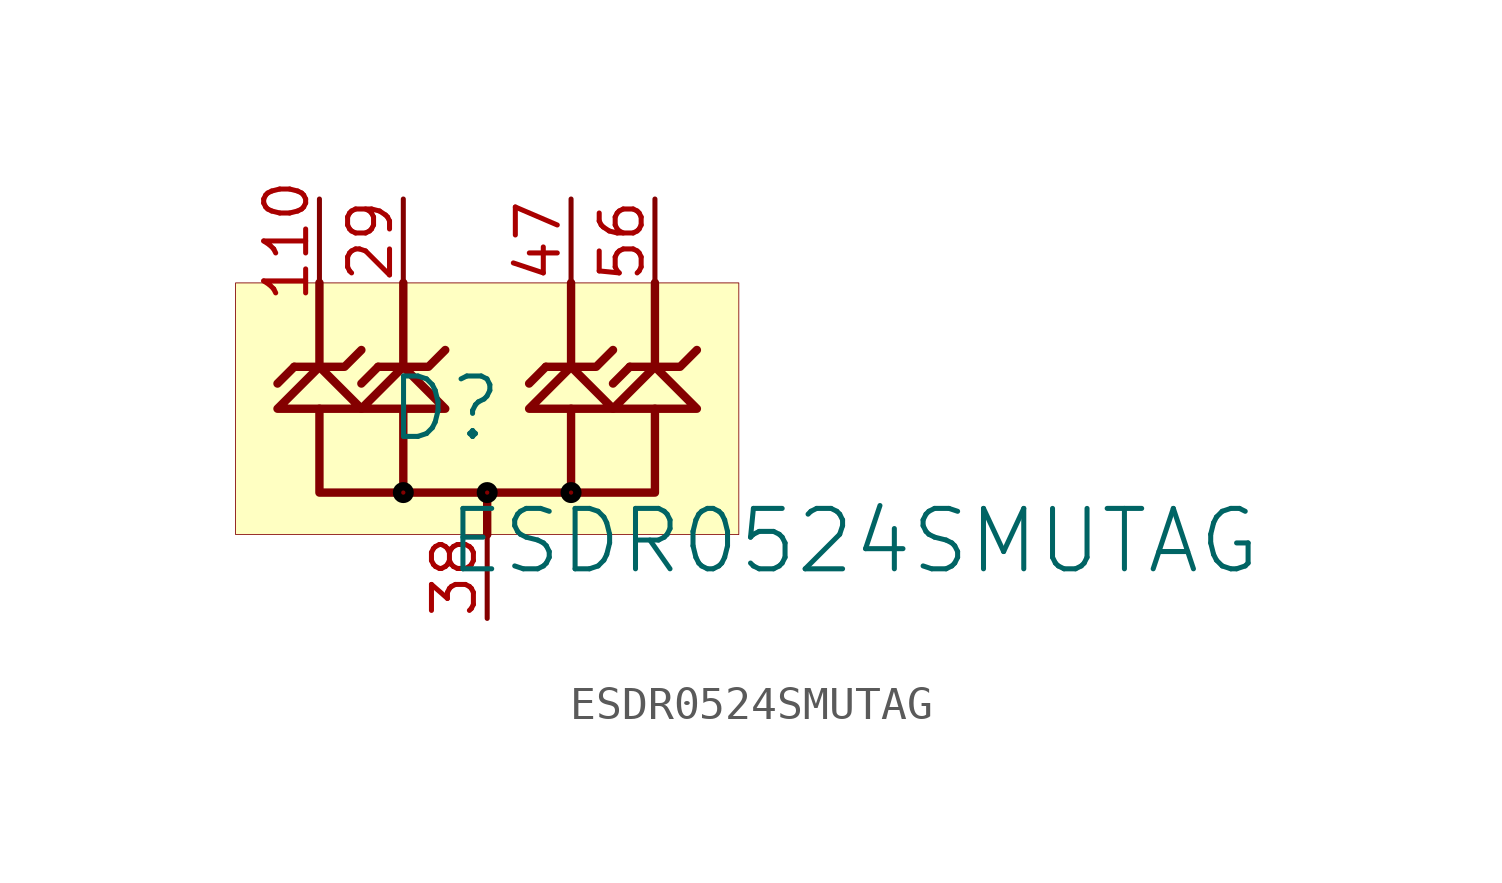
<source format=kicad_sym>
(kicad_symbol_lib
  (version 20231120)
  (generator "kicad_symbol_editor")
  (generator_version "8.0")
  (symbol "ESDR0524SMUTAG"
    (property "Reference" "D"
      (at -1.27 1.27 0)
      (effects (font (size 1.829 1.829))))
    (property "Value" "ESDR0524SMUTAG"
      (at -1.27 -3.81 0)
      (effects (font (size 1.829 1.829)) (justify left bottom)))
    (symbol "ESDR0524SMUTAG_1_0"
      (circle (center -2.54 -1.27) (radius 0.191) (stroke (width 0.254) (type solid) (color 0 0 0 1)) (fill (type none)))
      (circle (center 0 -1.27) (radius 0.191) (stroke (width 0.254) (type solid) (color 0 0 0 1)) (fill (type none)))
      (polyline (pts (xy -5.842 2.54) (xy -6.35 2.032)) (stroke (width 0.254) (type solid)) (fill (type none)))
      (polyline (pts (xy -5.08 2.54) (xy -5.08 5.08)) (stroke (width 0.254) (type solid)) (fill (type none)))
      (polyline (pts (xy -3.302 2.54) (xy -3.81 2.032)) (stroke (width 0.254) (type solid)) (fill (type none)))
      (polyline (pts (xy -2.54 1.27) (xy -2.54 -1.27)) (stroke (width 0.254) (type solid)) (fill (type none)))
      (polyline (pts (xy -2.54 5.08) (xy -2.54 2.54)) (stroke (width 0.254) (type solid)) (fill (type none)))
      (polyline (pts (xy 1.778 2.54) (xy 1.27 2.032)) (stroke (width 0.254) (type solid)) (fill (type none)))
      (polyline (pts (xy 2.54 1.27) (xy 2.54 -1.27)) (stroke (width 0.254) (type solid)) (fill (type none)))
      (polyline (pts (xy 2.54 5.08) (xy 2.54 2.54)) (stroke (width 0.254) (type solid)) (fill (type none)))
      (polyline (pts (xy 4.318 2.54) (xy 3.81 2.032)) (stroke (width 0.254) (type solid)) (fill (type none)))
      (polyline (pts (xy 5.08 5.08) (xy 5.08 2.54)) (stroke (width 0.254) (type solid)) (fill (type none)))
      (polyline (pts (xy -5.842 2.54) (xy -4.318 2.54) (xy -3.81 3.048)) (stroke (width 0.254) (type solid)) (fill (type none)))
      (polyline (pts (xy -3.302 2.54) (xy -1.778 2.54) (xy -1.27 3.048)) (stroke (width 0.254) (type solid)) (fill (type none)))
      (polyline (pts (xy 0 -1.27) (xy 5.08 -1.27) (xy 5.08 1.27)) (stroke (width 0.254) (type solid)) (fill (type none)))
      (polyline (pts (xy 1.778 2.54) (xy 3.302 2.54) (xy 3.81 3.048)) (stroke (width 0.254) (type solid)) (fill (type none)))
      (polyline (pts (xy 4.318 2.54) (xy 5.842 2.54) (xy 6.35 3.048)) (stroke (width 0.254) (type solid)) (fill (type none)))
      (polyline (pts (xy -5.08 1.27) (xy -5.08 -1.27) (xy 0 -1.27) (xy 0 -2.54)) (stroke (width 0.254) (type solid)) (fill (type none)))
      (polyline (pts (xy -5.08 2.54) (xy -6.35 1.27) (xy -3.81 1.27) (xy -5.08 2.54)) (stroke (width 0.254) (type solid)) (fill (type none)))
      (polyline (pts (xy -2.54 2.54) (xy -3.81 1.27) (xy -1.27 1.27) (xy -2.54 2.54)) (stroke (width 0.254) (type solid)) (fill (type none)))
      (polyline (pts (xy 2.54 2.54) (xy 1.27 1.27) (xy 3.81 1.27) (xy 2.54 2.54)) (stroke (width 0.254) (type solid)) (fill (type none)))
      (polyline (pts (xy 5.08 2.54) (xy 3.81 1.27) (xy 6.35 1.27) (xy 5.08 2.54)) (stroke (width 0.254) (type solid)) (fill (type none)))
      (circle (center 2.54 -1.27) (radius 0.191) (stroke (width 0.254) (type solid) (color 0 0 0 1)) (fill (type none)))
      (rectangle (start 7.62 5.08) (end -7.62 -2.54) (stroke (width 0.025) (type solid) (color 128 0 0 1)) (fill (type background)))
      (pin passive line (at -5.08 7.62 270) (length 2.54) (name "" (effects (font (size 1.27 1.27)))) (number "110" (effects (font (size 1.27 1.27)))))
      (pin passive line (at -2.54 7.62 270) (length 2.54) (name "" (effects (font (size 1.27 1.27)))) (number "29" (effects (font (size 1.27 1.27)))))
      (pin passive line (at 0 -5.08 90) (length 2.54) (name "GND" (effects (font (size 0 0)))) (number "38" (effects (font (size 1.27 1.27)))))
      (pin passive line (at 2.54 7.62 270) (length 2.54) (name "" (effects (font (size 1.27 1.27)))) (number "47" (effects (font (size 1.27 1.27)))))
      (pin passive line (at 5.08 7.62 270) (length 2.54) (name "" (effects (font (size 1.27 1.27)))) (number "56" (effects (font (size 1.27 1.27))))))))
</source>
